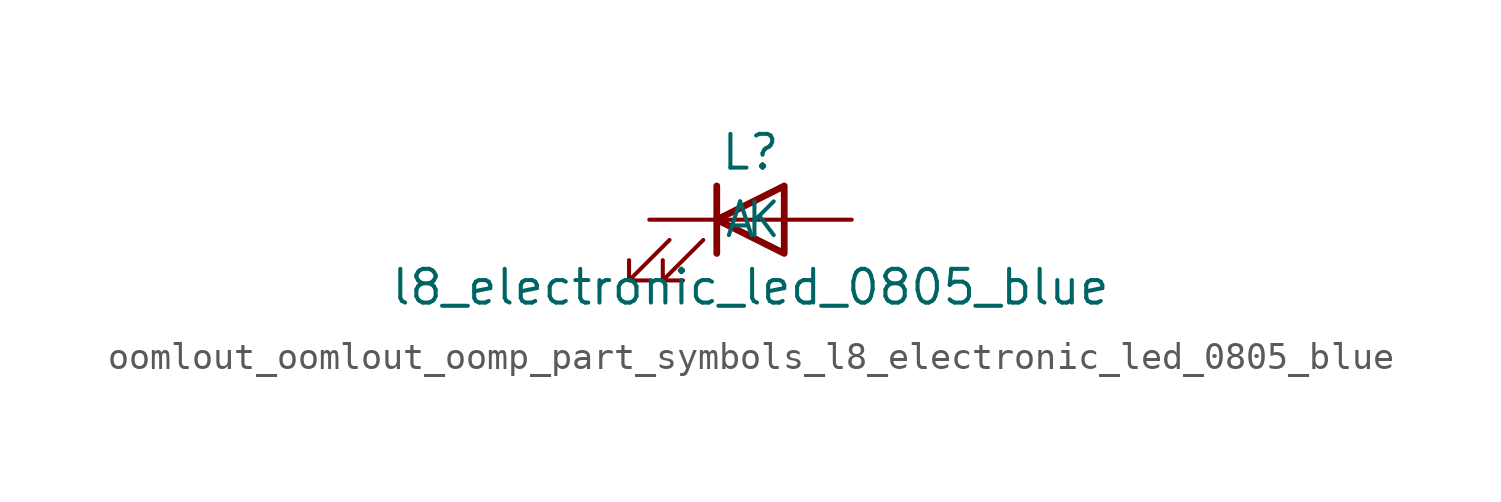
<source format=kicad_sym>
(kicad_symbol_lib
  (version 20220914)
  (generator kicad_symbol_editor)
  (symbol "oomlout_oomlout_oomp_part_symbols_l8_electronic_led_0805_blue"
    (pin_numbers hide)
    (pin_names
      (offset 1.016))
    (property "Reference" "L"
      (at 0 2.54 0)
      (effects (font (size 1.27 1.27))))
    (property "Value" "l8_electronic_led_0805_blue"
      (at 0 -2.54 0)
      (effects (font (size 1.27 1.27))))
    (symbol "oomlout_oomlout_oomp_part_symbols_l8_electronic_led_0805_blue_0_1"
      (polyline (pts (xy -1.27 -1.27) (xy -1.27 1.27)) (stroke (width 0.254) (type default)) (fill (type none)))
      (polyline (pts (xy -1.27 0) (xy 1.27 0)) (stroke (width 0) (type default)) (fill (type none)))
      (polyline (pts (xy 1.27 -1.27) (xy 1.27 1.27) (xy -1.27 0) (xy 1.27 -1.27)) (stroke (width 0.254) (type default)) (fill (type none)))
      (polyline (pts (xy -3.048 -0.762) (xy -4.572 -2.286) (xy -3.81 -2.286) (xy -4.572 -2.286) (xy -4.572 -1.524)) (stroke (width 0) (type default)) (fill (type none)))
      (polyline (pts (xy -1.778 -0.762) (xy -3.302 -2.286) (xy -2.54 -2.286) (xy -3.302 -2.286) (xy -3.302 -1.524)) (stroke (width 0) (type default)) (fill (type none))))
    (symbol "oomlout_oomlout_oomp_part_symbols_l8_electronic_led_0805_blue_1_1"
      (pin passive line (at -3.81 0 0) (length 2.54) (name "K" (effects (font (size 1.27 1.27)))) (number "1" (effects (font (size 1.27 1.27)))))
      (pin passive line (at 3.81 0 180) (length 2.54) (name "A" (effects (font (size 1.27 1.27)))) (number "2" (effects (font (size 1.27 1.27))))))))
</source>
